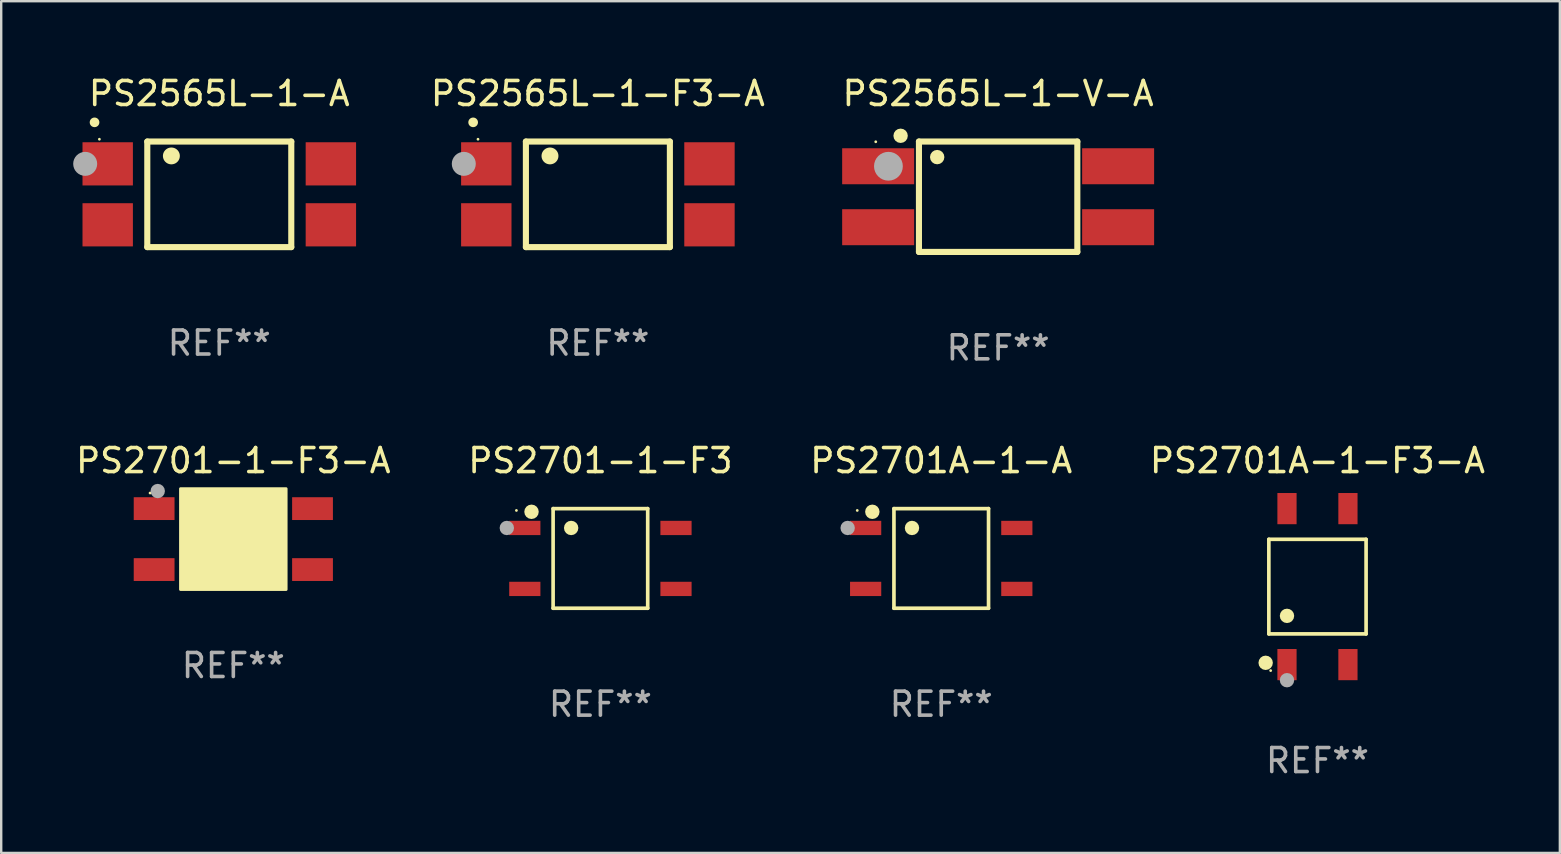
<source format=kicad_pcb>
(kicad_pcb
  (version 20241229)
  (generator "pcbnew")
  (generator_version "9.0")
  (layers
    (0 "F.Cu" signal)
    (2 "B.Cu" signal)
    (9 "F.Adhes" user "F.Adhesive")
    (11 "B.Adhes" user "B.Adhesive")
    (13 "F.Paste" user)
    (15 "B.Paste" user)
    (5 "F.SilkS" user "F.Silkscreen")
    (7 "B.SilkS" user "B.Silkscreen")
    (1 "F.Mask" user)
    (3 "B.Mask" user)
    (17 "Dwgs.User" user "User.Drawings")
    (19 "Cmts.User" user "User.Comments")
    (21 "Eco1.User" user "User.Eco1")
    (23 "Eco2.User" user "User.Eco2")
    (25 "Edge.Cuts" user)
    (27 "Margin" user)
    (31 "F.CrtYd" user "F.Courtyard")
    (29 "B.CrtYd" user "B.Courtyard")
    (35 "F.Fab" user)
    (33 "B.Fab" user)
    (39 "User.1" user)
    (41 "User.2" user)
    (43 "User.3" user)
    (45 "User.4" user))
  (footprint "PS2701-1-F3-A"
    (layer "F.Cu")
    (at 6.673 19.415)
    (property "Reference" "PS2701-1-F3-A" (at 0 -3.27 0) (layer "F.SilkS") (effects (font (size 1 1) (thickness 0.15))))
    (attr through_hole)
    (fp_arc (start -1.651003 -1.524003) (mid -1.649733 -1.524007) (end -1.648463 -1.524003) (stroke (width 0.4) (type solid)) (layer "F.SilkS"))
    (fp_circle (center -3.47 -1.92) (end -3.44 -1.92) (stroke (width 0.06) (type solid)) (fill no) (layer "F.SilkS"))
    (fp_poly (pts (xy -2.2 -2.1) (xy 2.2 -2.1) (xy 2.2 2.1) (xy -2.2 2.1)) (stroke (width 0.12) (type solid)) (fill yes) (layer "F.SilkS"))
    (fp_circle (center -3.15 -2.002) (end -3 -2.002) (stroke (width 0.3) (type solid)) (fill no) (layer "F.Fab"))
    (fp_text user "REF**" (at 0 5.27 0) (layer "F.Fab") (effects (font (size 1 1) (thickness 0.15))))
    (pad "1" smd rect (at -3.3 -1.27) (size 1.7 0.95) (layers "F.Cu" "F.Mask" "F.Paste"))
    (pad "2" smd rect (at -3.3 1.27) (size 1.7 0.95) (layers "F.Cu" "F.Mask" "F.Paste"))
    (pad "3" smd rect (at 3.3 1.27) (size 1.7 0.95) (layers "F.Cu" "F.Mask" "F.Paste"))
    (pad "4" smd rect (at 3.3 -1.27) (size 1.7 0.95) (layers "F.Cu" "F.Mask" "F.Paste")))
  (footprint "PS2565L-1-A"
    (layer "F.Cu")
    (at 6.088 5.048)
    (property "Reference" "PS2565L-1-A" (at 0 -4.2 0) (layer "F.SilkS") (effects (font (size 1 1) (thickness 0.15))))
    (attr through_hole)
    (fp_line (start -3 -2.2) (end -3 2.2) (stroke (width 0.254) (type solid)) (layer "F.SilkS"))
    (fp_line (start -3 2.2) (end 3 2.2) (stroke (width 0.254) (type solid)) (layer "F.SilkS"))
    (fp_line (start 3 -2.2) (end -3 -2.2) (stroke (width 0.254) (type solid)) (layer "F.SilkS"))
    (fp_line (start 3 2.2) (end 3 -2.2) (stroke (width 0.254) (type solid)) (layer "F.SilkS"))
    (fp_arc (start -5.19939 -2.999746) (mid -5.19812 -2.99975) (end -5.19685 -2.999746) (stroke (width 0.4) (type solid)) (layer "F.SilkS"))
    (fp_arc (start -1.998984 -1.600203) (mid -1.996444 -1.600212) (end -1.993904 -1.600203) (stroke (width 0.700003) (type solid)) (layer "F.SilkS"))
    (fp_circle (center -4.996 -2.296) (end -4.966 -2.296) (stroke (width 0.06) (type solid)) (fill no) (layer "F.SilkS"))
    (fp_circle (center -5.588 -1.27) (end -5.338 -1.27) (stroke (width 0.5) (type solid)) (fill no) (layer "F.Fab"))
    (fp_text user "REF**" (at 0 6.2 0) (layer "F.Fab") (effects (font (size 1 1) (thickness 0.15))))
    (pad "1" smd rect (at -4.65 -1.27 90) (size 1.8 2.1) (layers "F.Cu" "F.Mask" "F.Paste"))
    (pad "2" smd rect (at -4.65 1.27 90) (size 1.8 2.1) (layers "F.Cu" "F.Mask" "F.Paste"))
    (pad "3" smd rect (at 4.65 1.27 90) (size 1.8 2.1) (layers "F.Cu" "F.Mask" "F.Paste"))
    (pad "4" smd rect (at 4.65 -1.27 90) (size 1.8 2.1) (layers "F.Cu" "F.Mask" "F.Paste")))
  (footprint "PS2565L-1-V-A"
    (layer "F.Cu")
    (at 38.544 5.148)
    (property "Reference" "PS2565L-1-V-A" (at 0 -4.3 0) (layer "F.SilkS") (effects (font (size 1 1) (thickness 0.15))))
    (attr through_hole)
    (fp_line (start -3.3 -2.3) (end 3.3 -2.3) (stroke (width 0.254) (type solid)) (layer "F.SilkS"))
    (fp_line (start -3.3 2.3) (end -3.3 -2.3) (stroke (width 0.254) (type solid)) (layer "F.SilkS"))
    (fp_line (start 3.3 -2.3) (end 3.3 2.3) (stroke (width 0.254) (type solid)) (layer "F.SilkS"))
    (fp_line (start 3.3 2.3) (end -3.3 2.3) (stroke (width 0.254) (type solid)) (layer "F.SilkS"))
    (fp_circle (center -5.1 -2.29) (end -5.07 -2.29) (stroke (width 0.06) (type solid)) (fill no) (layer "F.SilkS"))
    (fp_circle (center -4.064 -2.54) (end -3.914 -2.54) (stroke (width 0.3) (type solid)) (fill no) (layer "F.SilkS"))
    (fp_circle (center -2.54 -1.651) (end -2.39 -1.651) (stroke (width 0.3) (type solid)) (fill no) (layer "F.SilkS"))
    (fp_circle (center -4.572 -1.27) (end -4.272 -1.27) (stroke (width 0.6) (type solid)) (fill no) (layer "F.Fab"))
    (fp_text user "REF**" (at 0 6.3 0) (layer "F.Fab") (effects (font (size 1 1) (thickness 0.15))))
    (pad "1" smd rect (at -5 -1.27 90) (size 1.5 3) (layers "F.Cu" "F.Mask" "F.Paste"))
    (pad "2" smd rect (at -5 1.27 90) (size 1.5 3) (layers "F.Cu" "F.Mask" "F.Paste"))
    (pad "3" smd rect (at 5 1.27 90) (size 1.5 3) (layers "F.Cu" "F.Mask" "F.Paste"))
    (pad "4" smd rect (at 5 -1.27 90) (size 1.5 3) (layers "F.Cu" "F.Mask" "F.Paste")))
  (footprint "PS2565L-1-F3-A"
    (layer "F.Cu")
    (at 21.865 5.048)
    (property "Reference" "PS2565L-1-F3-A" (at 0 -4.2 0) (layer "F.SilkS") (effects (font (size 1 1) (thickness 0.15))))
    (attr through_hole)
    (fp_line (start -3 -2.2) (end -3 2.2) (stroke (width 0.254) (type solid)) (layer "F.SilkS"))
    (fp_line (start -3 2.2) (end 3 2.2) (stroke (width 0.254) (type solid)) (layer "F.SilkS"))
    (fp_line (start 3 -2.2) (end -3 -2.2) (stroke (width 0.254) (type solid)) (layer "F.SilkS"))
    (fp_line (start 3 2.2) (end 3 -2.2) (stroke (width 0.254) (type solid)) (layer "F.SilkS"))
    (fp_arc (start -5.19939 -2.999746) (mid -5.19812 -2.99975) (end -5.19685 -2.999746) (stroke (width 0.4) (type solid)) (layer "F.SilkS"))
    (fp_arc (start -1.998984 -1.600203) (mid -1.996444 -1.600212) (end -1.993904 -1.600203) (stroke (width 0.700003) (type solid)) (layer "F.SilkS"))
    (fp_circle (center -4.996 -2.296) (end -4.966 -2.296) (stroke (width 0.06) (type solid)) (fill no) (layer "F.SilkS"))
    (fp_circle (center -5.588 -1.27) (end -5.338 -1.27) (stroke (width 0.5) (type solid)) (fill no) (layer "F.Fab"))
    (fp_text user "REF**" (at 0 6.2 0) (layer "F.Fab") (effects (font (size 1 1) (thickness 0.15))))
    (pad "1" smd rect (at -4.65 -1.27 90) (size 1.8 2.1) (layers "F.Cu" "F.Mask" "F.Paste"))
    (pad "2" smd rect (at -4.65 1.27 90) (size 1.8 2.1) (layers "F.Cu" "F.Mask" "F.Paste"))
    (pad "3" smd rect (at 4.65 1.27 90) (size 1.8 2.1) (layers "F.Cu" "F.Mask" "F.Paste"))
    (pad "4" smd rect (at 4.65 -1.27 90) (size 1.8 2.1) (layers "F.Cu" "F.Mask" "F.Paste")))
  (footprint "PS2701A-1-F3-A"
    (layer "F.Cu")
    (at 51.851 21.395)
    (property "Reference" "PS2701A-1-F3-A" (at 0 -5.25 0) (layer "F.SilkS") (effects (font (size 1 1) (thickness 0.15))))
    (attr through_hole)
    (fp_line (start -2.026 -1.971) (end 2.026 -1.971) (stroke (width 0.152) (type solid)) (layer "F.SilkS"))
    (fp_line (start -2.026 1.971) (end -2.026 -1.971) (stroke (width 0.152) (type solid)) (layer "F.SilkS"))
    (fp_line (start 2.026 -1.971) (end 2.026 1.971) (stroke (width 0.152) (type solid)) (layer "F.SilkS"))
    (fp_line (start 2.026 1.971) (end -2.026 1.971) (stroke (width 0.152) (type solid)) (layer "F.SilkS"))
    (fp_circle (center -2.159 3.175) (end -2.009 3.175) (stroke (width 0.3) (type solid)) (fill no) (layer "F.SilkS"))
    (fp_circle (center -1.95 3.5) (end -1.92 3.5) (stroke (width 0.06) (type solid)) (fill no) (layer "F.SilkS"))
    (fp_circle (center -1.27 1.219) (end -1.12 1.219) (stroke (width 0.3) (type solid)) (fill no) (layer "F.SilkS"))
    (fp_circle (center -1.27 3.9) (end -1.12 3.9) (stroke (width 0.3) (type solid)) (fill no) (layer "F.Fab"))
    (fp_text user "REF**" (at 0 7.25 0) (layer "F.Fab") (effects (font (size 1 1) (thickness 0.15))))
    (pad "1" smd rect (at -1.27 3.25) (size 0.8 1.3) (layers "F.Cu" "F.Mask" "F.Paste"))
    (pad "2" smd rect (at 1.27 3.25) (size 0.8 1.3) (layers "F.Cu" "F.Mask" "F.Paste"))
    (pad "3" smd rect (at 1.27 -3.25) (size 0.8 1.3) (layers "F.Cu" "F.Mask" "F.Paste"))
    (pad "4" smd rect (at -1.27 -3.25) (size 0.8 1.3) (layers "F.Cu" "F.Mask" "F.Paste")))
  (footprint "PS2701-1-F3"
    (layer "F.Cu")
    (at 21.97 20.221)
    (property "Reference" "PS2701-1-F3" (at 0 -4.076 0) (layer "F.SilkS") (effects (font (size 1 1) (thickness 0.15))))
    (attr through_hole)
    (fp_line (start -1.971 -2.076) (end 1.971 -2.076) (stroke (width 0.152) (type solid)) (layer "F.SilkS"))
    (fp_line (start -1.971 2.076) (end -1.971 -2.076) (stroke (width 0.152) (type solid)) (layer "F.SilkS"))
    (fp_line (start 1.971 -2.076) (end 1.971 2.076) (stroke (width 0.152) (type solid)) (layer "F.SilkS"))
    (fp_line (start 1.971 2.076) (end -1.971 2.076) (stroke (width 0.152) (type solid)) (layer "F.SilkS"))
    (fp_circle (center -3.5 -2) (end -3.47 -2) (stroke (width 0.06) (type solid)) (fill no) (layer "F.SilkS"))
    (fp_circle (center -2.871 -1.944) (end -2.72 -1.944) (stroke (width 0.3) (type solid)) (fill no) (layer "F.SilkS"))
    (fp_circle (center -1.219 -1.27) (end -1.069 -1.27) (stroke (width 0.3) (type solid)) (fill no) (layer "F.SilkS"))
    (fp_circle (center -3.9 -1.27) (end -3.75 -1.27) (stroke (width 0.3) (type solid)) (fill no) (layer "F.Fab"))
    (fp_text user "REF**" (at 0 6.076 0) (layer "F.Fab") (effects (font (size 1 1) (thickness 0.15))))
    (pad "1" smd rect (at -3.15 -1.27 270) (size 0.595 1.3) (layers "F.Cu" "F.Mask" "F.Paste"))
    (pad "2" smd rect (at -3.15 1.27 270) (size 0.595 1.3) (layers "F.Cu" "F.Mask" "F.Paste"))
    (pad "3" smd rect (at 3.15 1.27 270) (size 0.595 1.3) (layers "F.Cu" "F.Mask" "F.Paste"))
    (pad "4" smd rect (at 3.15 -1.27 270) (size 0.595 1.3) (layers "F.Cu" "F.Mask" "F.Paste")))
  (footprint "PS2701A-1-A"
    (layer "F.Cu")
    (at 36.173 20.221)
    (property "Reference" "PS2701A-1-A" (at 0 -4.076 0) (layer "F.SilkS") (effects (font (size 1 1) (thickness 0.15))))
    (attr through_hole)
    (fp_line (start -1.971 -2.076) (end 1.971 -2.076) (stroke (width 0.152) (type solid)) (layer "F.SilkS"))
    (fp_line (start -1.971 2.076) (end -1.971 -2.076) (stroke (width 0.152) (type solid)) (layer "F.SilkS"))
    (fp_line (start 1.971 -2.076) (end 1.971 2.076) (stroke (width 0.152) (type solid)) (layer "F.SilkS"))
    (fp_line (start 1.971 2.076) (end -1.971 2.076) (stroke (width 0.152) (type solid)) (layer "F.SilkS"))
    (fp_circle (center -3.5 -2) (end -3.47 -2) (stroke (width 0.06) (type solid)) (fill no) (layer "F.SilkS"))
    (fp_circle (center -2.871 -1.944) (end -2.72 -1.944) (stroke (width 0.3) (type solid)) (fill no) (layer "F.SilkS"))
    (fp_circle (center -1.219 -1.27) (end -1.069 -1.27) (stroke (width 0.3) (type solid)) (fill no) (layer "F.SilkS"))
    (fp_circle (center -3.9 -1.27) (end -3.75 -1.27) (stroke (width 0.3) (type solid)) (fill no) (layer "F.Fab"))
    (fp_text user "REF**" (at 0 6.076 0) (layer "F.Fab") (effects (font (size 1 1) (thickness 0.15))))
    (pad "1" smd rect (at -3.15 -1.27 270) (size 0.595 1.3) (layers "F.Cu" "F.Mask" "F.Paste"))
    (pad "2" smd rect (at -3.15 1.27 270) (size 0.595 1.3) (layers "F.Cu" "F.Mask" "F.Paste"))
    (pad "3" smd rect (at 3.15 1.27 270) (size 0.595 1.3) (layers "F.Cu" "F.Mask" "F.Paste"))
    (pad "4" smd rect (at 3.15 -1.27 270) (size 0.595 1.3) (layers "F.Cu" "F.Mask" "F.Paste")))
  (gr_rect
    (start -3 -3)
    (end 61.952 32.493)
    (stroke (width 0.1) (type default))
    (fill no)
    (layer "Edge.Cuts")))
</source>
